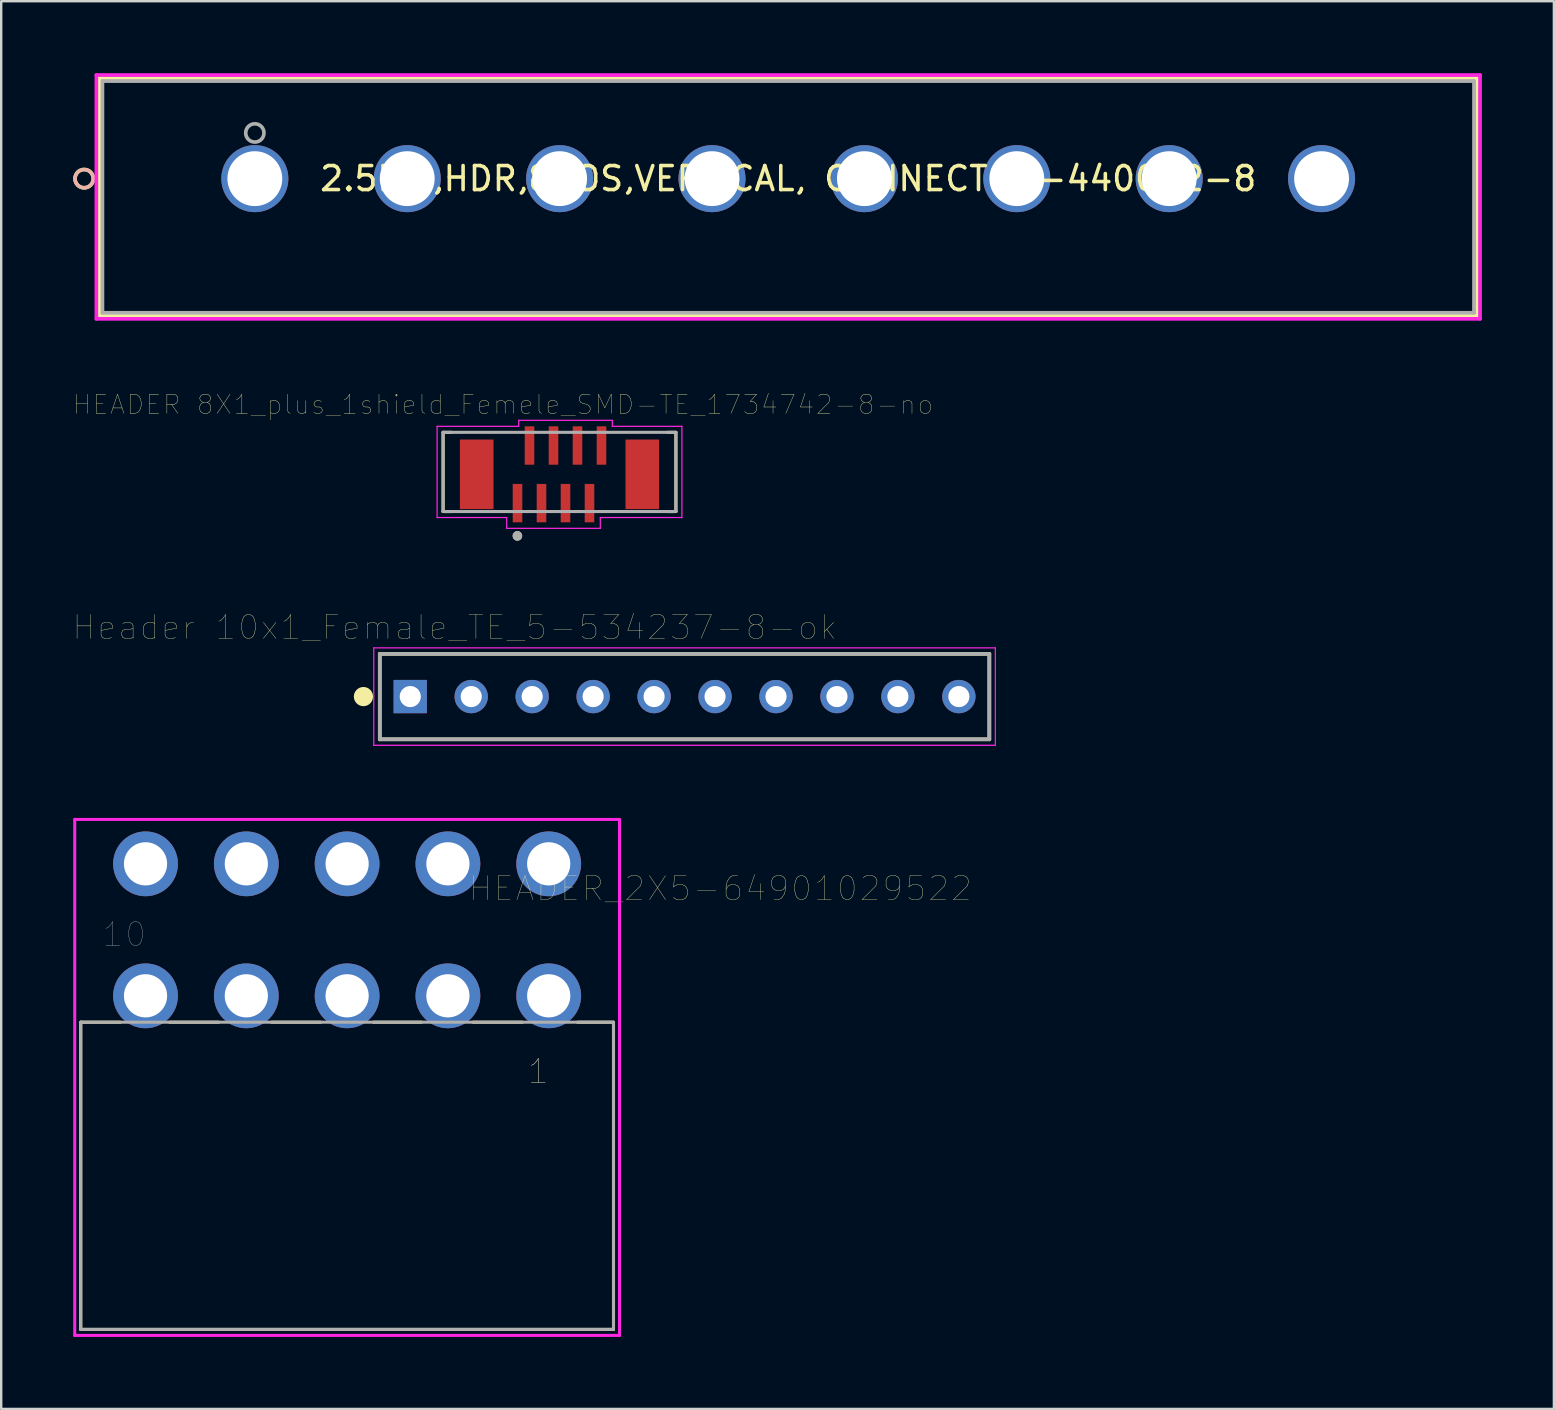
<source format=kicad_pcb>
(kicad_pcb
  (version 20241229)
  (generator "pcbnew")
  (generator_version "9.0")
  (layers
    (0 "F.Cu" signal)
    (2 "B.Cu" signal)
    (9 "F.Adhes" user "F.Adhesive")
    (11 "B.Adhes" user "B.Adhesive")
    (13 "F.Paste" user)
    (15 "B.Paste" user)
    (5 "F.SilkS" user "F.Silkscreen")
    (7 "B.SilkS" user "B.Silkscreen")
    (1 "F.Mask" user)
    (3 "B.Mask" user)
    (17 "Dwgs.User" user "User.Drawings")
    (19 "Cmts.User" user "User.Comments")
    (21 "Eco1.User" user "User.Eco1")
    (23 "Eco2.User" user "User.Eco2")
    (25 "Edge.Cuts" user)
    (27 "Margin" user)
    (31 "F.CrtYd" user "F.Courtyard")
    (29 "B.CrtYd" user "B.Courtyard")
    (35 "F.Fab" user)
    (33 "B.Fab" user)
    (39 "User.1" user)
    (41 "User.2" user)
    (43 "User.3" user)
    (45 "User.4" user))
  (footprint "HEADER 8X1_plus_1shield_Femele_SMD-TE_1734742-8-no"
    (layer "F.Cu")
    (at 20.264 16.715)
    (property "Reference" "HEADER 8X1_plus_1shield_Femele_SMD-TE_1734742-8-no" (at -2.36 -2.908 0) (layer "F.SilkS") (effects (font (size 0.8 0.8) (thickness 0.015))))
    (attr through_hole)
    (fp_line (start -4.85 -1.75) (end -4.85 1.55) (stroke (width 0.127) (type solid)) (layer "F.SilkS"))
    (fp_line (start -4.85 1.55) (end -4.5 1.55) (stroke (width 0.127) (type solid)) (layer "F.SilkS"))
    (fp_line (start -4.5 -1.75) (end -4.85 -1.75) (stroke (width 0.127) (type solid)) (layer "F.SilkS"))
    (fp_line (start 4.5 -1.75) (end 4.85 -1.75) (stroke (width 0.127) (type solid)) (layer "F.SilkS"))
    (fp_line (start 4.85 -1.75) (end 4.85 1.55) (stroke (width 0.127) (type solid)) (layer "F.SilkS"))
    (fp_line (start 4.85 1.55) (end 4.5 1.55) (stroke (width 0.127) (type solid)) (layer "F.SilkS"))
    (fp_circle (center -1.754 2.565) (end -1.654 2.565) (stroke (width 0.2) (type solid)) (fill no) (layer "F.SilkS"))
    (fp_line (start -5.1 -2) (end -1.7 -2) (stroke (width 0.05) (type solid)) (layer "F.CrtYd"))
    (fp_line (start -5.1 1.8) (end -5.1 -2) (stroke (width 0.05) (type solid)) (layer "F.CrtYd"))
    (fp_line (start -2.2 1.8) (end -5.1 1.8) (stroke (width 0.05) (type solid)) (layer "F.CrtYd"))
    (fp_line (start -2.2 2.25) (end -2.2 1.8) (stroke (width 0.05) (type solid)) (layer "F.CrtYd"))
    (fp_line (start -1.7 -2.25) (end 2.2 -2.25) (stroke (width 0.05) (type solid)) (layer "F.CrtYd"))
    (fp_line (start -1.7 -2) (end -1.7 -2.25) (stroke (width 0.05) (type solid)) (layer "F.CrtYd"))
    (fp_line (start 1.7 1.8) (end 1.7 2.25) (stroke (width 0.05) (type solid)) (layer "F.CrtYd"))
    (fp_line (start 1.7 2.25) (end -2.2 2.25) (stroke (width 0.05) (type solid)) (layer "F.CrtYd"))
    (fp_line (start 2.2 -2.25) (end 2.2 -2) (stroke (width 0.05) (type solid)) (layer "F.CrtYd"))
    (fp_line (start 2.2 -2) (end 5.1 -2) (stroke (width 0.05) (type solid)) (layer "F.CrtYd"))
    (fp_line (start 5.1 -2) (end 5.1 1.8) (stroke (width 0.05) (type solid)) (layer "F.CrtYd"))
    (fp_line (start 5.1 1.8) (end 1.7 1.8) (stroke (width 0.05) (type solid)) (layer "F.CrtYd"))
    (fp_line (start -4.85 -1.75) (end 4.85 -1.75) (stroke (width 0.127) (type solid)) (layer "F.Fab"))
    (fp_line (start -4.85 1.55) (end -4.85 -1.75) (stroke (width 0.127) (type solid)) (layer "F.Fab"))
    (fp_line (start 4.85 -1.75) (end 4.85 1.55) (stroke (width 0.127) (type solid)) (layer "F.Fab"))
    (fp_line (start 4.85 1.55) (end -4.85 1.55) (stroke (width 0.127) (type solid)) (layer "F.Fab"))
    (fp_circle (center -1.754 2.565) (end -1.654 2.565) (stroke (width 0.2) (type solid)) (fill no) (layer "F.Fab"))
    (pad "1" smd rect (at -1.75 1.2) (size 0.4 1.6) (layers "F.Cu" "F.Mask" "F.Paste"))
    (pad "2" smd rect (at -1.25 -1.2) (size 0.4 1.6) (layers "F.Cu" "F.Mask" "F.Paste"))
    (pad "3" smd rect (at -0.75 1.2) (size 0.4 1.6) (layers "F.Cu" "F.Mask" "F.Paste"))
    (pad "4" smd rect (at -0.25 -1.2) (size 0.4 1.6) (layers "F.Cu" "F.Mask" "F.Paste"))
    (pad "5" smd rect (at 0.25 1.2) (size 0.4 1.6) (layers "F.Cu" "F.Mask" "F.Paste"))
    (pad "6" smd rect (at 0.75 -1.2) (size 0.4 1.6) (layers "F.Cu" "F.Mask" "F.Paste"))
    (pad "7" smd rect (at 1.25 1.2) (size 0.4 1.6) (layers "F.Cu" "F.Mask" "F.Paste"))
    (pad "8" smd rect (at 1.75 -1.2) (size 0.4 1.6) (layers "F.Cu" "F.Mask" "F.Paste"))
    (pad "S1" smd rect (at -3.45 0) (size 1.4 2.9) (layers "F.Cu" "F.Mask" "F.Paste"))
    (pad "S2" smd rect (at 3.45 0) (size 1.4 2.9) (layers "F.Cu" "F.Mask" "F.Paste")))
  (footprint "HEADER_2X5-64901029522"
    (layer "F.Cu")
    (at 11.414 35.695)
    (property "Reference" "HEADER_2X5-64901029522" (at 15.553 -1.72 0) (layer "F.SilkS") (effects (font (size 1 1) (thickness 0.015))))
    (attr through_hole)
    (fp_line (start -11.1 3.85) (end -9.45 3.85) (stroke (width 0.127) (type solid)) (layer "F.SilkS"))
    (fp_line (start -11.1 16.65) (end -11.1 3.85) (stroke (width 0.127) (type solid)) (layer "F.SilkS"))
    (fp_line (start -7.4 3.85) (end -5.35 3.85) (stroke (width 0.127) (type solid)) (layer "F.SilkS"))
    (fp_line (start -3.15 3.85) (end -1.1 3.85) (stroke (width 0.127) (type solid)) (layer "F.SilkS"))
    (fp_line (start 1.1 3.85) (end 3.1 3.85) (stroke (width 0.127) (type solid)) (layer "F.SilkS"))
    (fp_line (start 5.25 3.85) (end 7.3 3.85) (stroke (width 0.127) (type solid)) (layer "F.SilkS"))
    (fp_line (start 9.6 3.85) (end 11.05 3.85) (stroke (width 0.127) (type solid)) (layer "F.SilkS"))
    (fp_line (start 11.1 3.85) (end 11.1 16.65) (stroke (width 0.127) (type solid)) (layer "F.SilkS"))
    (fp_line (start 11.1 16.65) (end -11.1 16.65) (stroke (width 0.127) (type solid)) (layer "F.SilkS"))
    (fp_line (start -11.35 -4.6) (end 11.35 -4.6) (stroke (width 0.127) (type solid)) (layer "F.CrtYd"))
    (fp_line (start -11.35 16.9) (end -11.35 -4.6) (stroke (width 0.127) (type solid)) (layer "F.CrtYd"))
    (fp_line (start 11.35 -4.6) (end 11.35 16.9) (stroke (width 0.127) (type solid)) (layer "F.CrtYd"))
    (fp_line (start 11.35 16.9) (end -11.35 16.9) (stroke (width 0.127) (type solid)) (layer "F.CrtYd"))
    (fp_line (start -11.1 3.85) (end 11.1 3.85) (stroke (width 0.127) (type solid)) (layer "F.Fab"))
    (fp_line (start -11.1 16.65) (end -11.1 3.85) (stroke (width 0.127) (type solid)) (layer "F.Fab"))
    (fp_line (start 11.1 3.85) (end 11.1 16.65) (stroke (width 0.127) (type solid)) (layer "F.Fab"))
    (fp_line (start 11.1 16.65) (end -11.1 16.65) (stroke (width 0.127) (type solid)) (layer "F.Fab"))
    (fp_text user "1" (at 7.965 5.9 0) (layer "F.SilkS") (effects (font (size 1 1) (thickness 0.015))))
    (fp_text user "1" (at 7.965 5.9 0) (layer "F.Fab") (effects (font (size 1 1) (thickness 0.015))))
    (fp_text user "10" (at -9.29 0.195 0) (layer "F.Fab") (effects (font (size 1 1) (thickness 0.015))))
    (pad "1" thru_hole circle (at 8.4 2.75) (size 2.7 2.7) (drill 1.8) (layers "*.Cu" "*.Mask"))
    (pad "2" thru_hole circle (at 4.2 2.75) (size 2.7 2.7) (drill 1.8) (layers "*.Cu" "*.Mask"))
    (pad "3" thru_hole circle (at 0 2.75) (size 2.7 2.7) (drill 1.8) (layers "*.Cu" "*.Mask"))
    (pad "4" thru_hole circle (at -4.2 2.75) (size 2.7 2.7) (drill 1.8) (layers "*.Cu" "*.Mask"))
    (pad "5" thru_hole circle (at -8.4 2.75) (size 2.7 2.7) (drill 1.8) (layers "*.Cu" "*.Mask"))
    (pad "6" thru_hole circle (at 8.4 -2.75) (size 2.7 2.7) (drill 1.8) (layers "*.Cu" "*.Mask"))
    (pad "7" thru_hole circle (at 4.2 -2.75) (size 2.7 2.7) (drill 1.8) (layers "*.Cu" "*.Mask"))
    (pad "8" thru_hole circle (at 0 -2.75) (size 2.7 2.7) (drill 1.8) (layers "*.Cu" "*.Mask"))
    (pad "9" thru_hole circle (at -4.2 -2.75) (size 2.7 2.7) (drill 1.8) (layers "*.Cu" "*.Mask"))
    (pad "10" thru_hole circle (at -8.4 -2.75) (size 2.7 2.7) (drill 1.8) (layers "*.Cu" "*.Mask")))
  (footprint "Header 10x1_Female_TE_5-534237-8-ok"
    (layer "F.Cu")
    (at 14.045 25.976)
    (property "Reference" "Header 10x1_Female_TE_5-534237-8-ok" (at 1.855 -2.885 0) (layer "F.SilkS") (effects (font (size 1 1) (thickness 0.015))))
    (attr through_hole)
    (fp_line (start -1.27 -1.78) (end 24.13 -1.78) (stroke (width 0.152) (type solid)) (layer "F.SilkS"))
    (fp_line (start -1.27 1.78) (end -1.27 -1.78) (stroke (width 0.152) (type solid)) (layer "F.SilkS"))
    (fp_line (start 24.13 -1.78) (end 24.13 1.78) (stroke (width 0.152) (type solid)) (layer "F.SilkS"))
    (fp_line (start 24.13 1.78) (end -1.27 1.78) (stroke (width 0.152) (type solid)) (layer "F.SilkS"))
    (fp_circle (center -1.951 0) (end -1.751 0) (stroke (width 0.4) (type solid)) (fill no) (layer "F.SilkS"))
    (fp_line (start -1.52 -2.03) (end 24.38 -2.03) (stroke (width 0.05) (type solid)) (layer "F.CrtYd"))
    (fp_line (start -1.52 2.03) (end -1.52 -2.03) (stroke (width 0.05) (type solid)) (layer "F.CrtYd"))
    (fp_line (start 24.38 -2.03) (end 24.38 2.03) (stroke (width 0.05) (type solid)) (layer "F.CrtYd"))
    (fp_line (start 24.38 2.03) (end -1.52 2.03) (stroke (width 0.05) (type solid)) (layer "F.CrtYd"))
    (fp_line (start -1.27 -1.78) (end 24.13 -1.78) (stroke (width 0.152) (type solid)) (layer "F.Fab"))
    (fp_line (start -1.27 1.78) (end -1.27 -1.78) (stroke (width 0.152) (type solid)) (layer "F.Fab"))
    (fp_line (start 24.13 -1.78) (end 24.13 1.78) (stroke (width 0.152) (type solid)) (layer "F.Fab"))
    (fp_line (start 24.13 1.78) (end -1.27 1.78) (stroke (width 0.152) (type solid)) (layer "F.Fab"))
    (pad "1" thru_hole rect (at 0 0) (size 1.388 1.388) (drill 0.88) (layers "*.Cu" "*.Mask"))
    (pad "2" thru_hole circle (at 2.54 0) (size 1.388 1.388) (drill 0.88) (layers "*.Cu" "*.Mask"))
    (pad "3" thru_hole circle (at 5.08 0) (size 1.388 1.388) (drill 0.88) (layers "*.Cu" "*.Mask"))
    (pad "4" thru_hole circle (at 7.62 0) (size 1.388 1.388) (drill 0.88) (layers "*.Cu" "*.Mask"))
    (pad "5" thru_hole circle (at 10.16 0) (size 1.388 1.388) (drill 0.88) (layers "*.Cu" "*.Mask"))
    (pad "6" thru_hole circle (at 12.7 0) (size 1.388 1.388) (drill 0.88) (layers "*.Cu" "*.Mask"))
    (pad "7" thru_hole circle (at 15.24 0) (size 1.388 1.388) (drill 0.88) (layers "*.Cu" "*.Mask"))
    (pad "8" thru_hole circle (at 17.78 0) (size 1.388 1.388) (drill 0.88) (layers "*.Cu" "*.Mask"))
    (pad "9" thru_hole circle (at 20.32 0) (size 1.388 1.388) (drill 0.88) (layers "*.Cu" "*.Mask"))
    (pad "10" thru_hole circle (at 22.86 0) (size 1.388 1.388) (drill 0.88) (layers "*.Cu" "*.Mask")))
  (footprint "2.5MM,HDR,8POS,VERTICAL, CONNECTOR-440052-8"
    (layer "F.Cu")
    (at 7.569 4.394)
    (property "Reference" "2.5MM,HDR,8POS,VERTICAL, CONNECTOR-440052-8" (at 22.225 0 0) (layer "F.SilkS") (effects (font (size 1 1) (thickness 0.15))))
    (attr through_hole)
    (fp_line (start -6.477 -4.191) (end -6.477 5.715) (stroke (width 0.152) (type solid)) (layer "F.SilkS"))
    (fp_line (start -6.477 5.715) (end 50.927 5.715) (stroke (width 0.152) (type solid)) (layer "F.SilkS"))
    (fp_line (start 50.927 -4.191) (end -6.477 -4.191) (stroke (width 0.152) (type solid)) (layer "F.SilkS"))
    (fp_line (start 50.927 5.715) (end 50.927 -4.191) (stroke (width 0.152) (type solid)) (layer "F.SilkS"))
    (fp_circle (center -7.112 0) (end -6.731 0) (stroke (width 0.152) (type solid)) (fill no) (layer "F.SilkS"))
    (fp_circle (center -7.112 0) (end -6.731 0) (stroke (width 0.152) (type solid)) (fill no) (layer "B.SilkS"))
    (fp_line (start -6.604 -4.318) (end -6.604 5.842) (stroke (width 0.152) (type solid)) (layer "F.CrtYd"))
    (fp_line (start -6.604 5.842) (end 51.054 5.842) (stroke (width 0.152) (type solid)) (layer "F.CrtYd"))
    (fp_line (start 51.054 -4.318) (end -6.604 -4.318) (stroke (width 0.152) (type solid)) (layer "F.CrtYd"))
    (fp_line (start 51.054 5.842) (end 51.054 -4.318) (stroke (width 0.152) (type solid)) (layer "F.CrtYd"))
    (fp_line (start -6.35 -4.064) (end -6.35 5.588) (stroke (width 0.152) (type solid)) (layer "F.Fab"))
    (fp_line (start -6.35 5.588) (end 50.8 5.588) (stroke (width 0.152) (type solid)) (layer "F.Fab"))
    (fp_line (start 50.8 -4.064) (end -6.35 -4.064) (stroke (width 0.152) (type solid)) (layer "F.Fab"))
    (fp_line (start 50.8 5.588) (end 50.8 -4.064) (stroke (width 0.152) (type solid)) (layer "F.Fab"))
    (fp_circle (center 0 -1.905) (end 0.381 -1.905) (stroke (width 0.152) (type solid)) (fill no) (layer "F.Fab"))
    (fp_text user "*" (at 0 0 0) (layer "F.SilkS") (effects (font (size 1 1) (thickness 0.15))))
    (fp_text user "Copyright 2016 Accelerated Designs. All rights reserved." (at 0 0 0) (layer "Cmts.User") (effects (font (size 0.127 0.127) (thickness 0.002))))
    (fp_text user "*" (at 0 0 0) (layer "F.Fab") (effects (font (size 1 1) (thickness 0.15))))
    (pad "1" thru_hole circle (at 0 0) (size 2.794 2.794) (drill 2.286) (layers "*.Cu" "*.Mask"))
    (pad "2" thru_hole circle (at 6.35 0) (size 2.794 2.794) (drill 2.286) (layers "*.Cu" "*.Mask"))
    (pad "3" thru_hole circle (at 12.7 0) (size 2.794 2.794) (drill 2.286) (layers "*.Cu" "*.Mask"))
    (pad "4" thru_hole circle (at 19.05 0) (size 2.794 2.794) (drill 2.286) (layers "*.Cu" "*.Mask"))
    (pad "5" thru_hole circle (at 25.4 0) (size 2.794 2.794) (drill 2.286) (layers "*.Cu" "*.Mask"))
    (pad "6" thru_hole circle (at 31.75 0) (size 2.794 2.794) (drill 2.286) (layers "*.Cu" "*.Mask"))
    (pad "7" thru_hole circle (at 38.1 0) (size 2.794 2.794) (drill 2.286) (layers "*.Cu" "*.Mask"))
    (pad "8" thru_hole circle (at 44.45 0) (size 2.794 2.794) (drill 2.286) (layers "*.Cu" "*.Mask")))
  (gr_rect
    (start -3 -3)
    (end 61.699 55.658)
    (stroke (width 0.1) (type default))
    (fill no)
    (layer "Edge.Cuts")))
</source>
